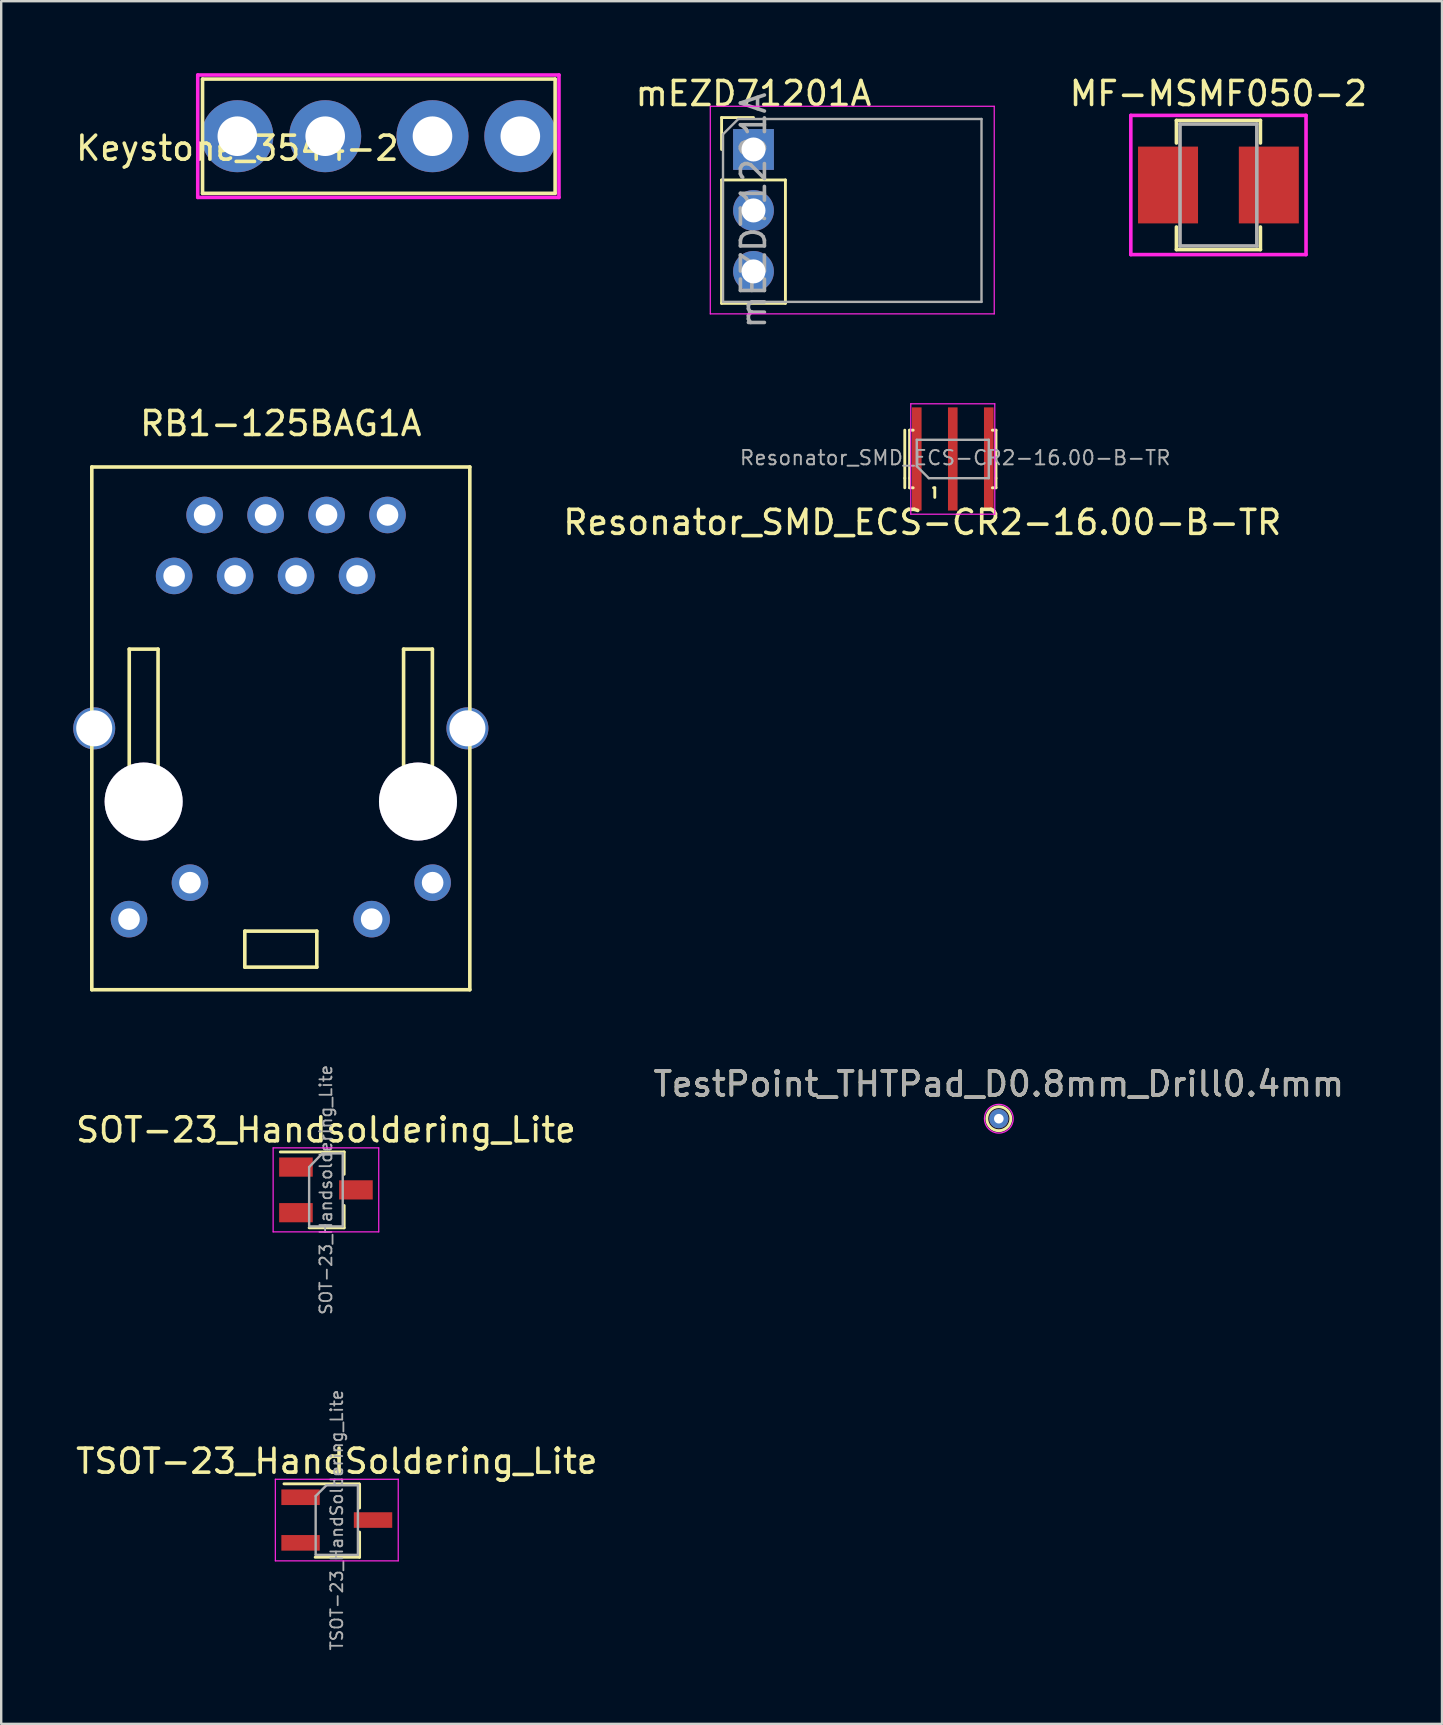
<source format=kicad_pcb>
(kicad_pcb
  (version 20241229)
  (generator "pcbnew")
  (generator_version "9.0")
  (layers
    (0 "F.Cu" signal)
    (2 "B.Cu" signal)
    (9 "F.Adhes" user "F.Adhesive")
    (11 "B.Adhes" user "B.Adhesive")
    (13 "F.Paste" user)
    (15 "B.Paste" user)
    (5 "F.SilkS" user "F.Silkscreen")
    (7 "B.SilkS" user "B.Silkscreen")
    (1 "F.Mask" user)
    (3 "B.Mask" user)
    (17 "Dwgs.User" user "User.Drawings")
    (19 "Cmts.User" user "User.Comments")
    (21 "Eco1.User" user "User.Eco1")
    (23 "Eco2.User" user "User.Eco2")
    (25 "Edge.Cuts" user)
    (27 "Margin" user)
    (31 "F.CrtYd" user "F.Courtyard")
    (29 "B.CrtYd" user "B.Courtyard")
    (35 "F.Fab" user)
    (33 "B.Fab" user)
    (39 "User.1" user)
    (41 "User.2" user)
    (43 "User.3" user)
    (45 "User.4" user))
  (footprint "TestPoint_THTPad_D0.8mm_Drill0.4mm"
    (layer "F.Cu")
    (at 38.565 43.56)
    (property "Reference" "TestPoint_THTPad_D0.8mm_Drill0.4mm" (at 0 -1.448 0) (layer "F.SilkS") (effects (font (size 1 1) (thickness 0.15))))
    (attr exclude_from_pos_files exclude_from_bom)
    (fp_circle (center 0 0) (end 0.5 0) (stroke (width 0.12) (type solid)) (fill no) (layer "F.SilkS"))
    (fp_circle (center 0 0) (end 0.6 0) (stroke (width 0.05) (type solid)) (fill no) (layer "F.CrtYd"))
    (fp_text user "${REFERENCE}" (at 0 -1.45 0) (layer "F.Fab") (effects (font (size 1 1) (thickness 0.15))))
    (pad "1" thru_hole circle (at 0 0) (size 0.8 0.8) (drill 0.4) (layers "*.Cu" "*.Mask")))
  (footprint "mEZD71201A"
    (layer "F.Cu")
    (at 28.344 3.178)
    (property "Reference" "mEZD71201A" (at 0 -2.33 0) (layer "F.SilkS") (effects (font (size 1 1) (thickness 0.15))))
    (attr through_hole)
    (fp_line (start -1.33 -1.33) (end 0 -1.33) (stroke (width 0.12) (type solid)) (layer "F.SilkS"))
    (fp_line (start -1.33 0) (end -1.33 -1.33) (stroke (width 0.12) (type solid)) (layer "F.SilkS"))
    (fp_line (start -1.33 1.27) (end -1.33 6.41) (stroke (width 0.12) (type solid)) (layer "F.SilkS"))
    (fp_line (start -1.33 1.27) (end 1.33 1.27) (stroke (width 0.12) (type solid)) (layer "F.SilkS"))
    (fp_line (start -1.33 6.41) (end 1.33 6.41) (stroke (width 0.12) (type solid)) (layer "F.SilkS"))
    (fp_line (start 1.33 1.27) (end 1.33 6.41) (stroke (width 0.12) (type solid)) (layer "F.SilkS"))
    (fp_line (start -1.8 -1.8) (end -1.8 6.85) (stroke (width 0.05) (type solid)) (layer "F.CrtYd"))
    (fp_line (start -1.8 6.85) (end 10.03 6.85) (stroke (width 0.05) (type solid)) (layer "F.CrtYd"))
    (fp_line (start 10.03 -1.8) (end -1.8 -1.8) (stroke (width 0.05) (type solid)) (layer "F.CrtYd"))
    (fp_line (start 10.03 6.85) (end 10.03 -1.8) (stroke (width 0.05) (type solid)) (layer "F.CrtYd"))
    (fp_line (start -1.27 -0.635) (end -0.635 -1.27) (stroke (width 0.1) (type solid)) (layer "F.Fab"))
    (fp_line (start -1.27 6.35) (end -1.27 -0.635) (stroke (width 0.1) (type solid)) (layer "F.Fab"))
    (fp_line (start -0.635 -1.27) (end 9.5 -1.27) (stroke (width 0.1) (type solid)) (layer "F.Fab"))
    (fp_line (start 9.5 -1.27) (end 9.5 6.35) (stroke (width 0.1) (type solid)) (layer "F.Fab"))
    (fp_line (start 9.5 6.35) (end -1.27 6.35) (stroke (width 0.1) (type solid)) (layer "F.Fab"))
    (fp_text user "${REFERENCE}" (at 0 2.54 90) (layer "F.Fab") (effects (font (size 1 1) (thickness 0.15))))
    (pad "1" thru_hole rect (at 0 0) (size 1.7 1.7) (drill 1) (layers "*.Cu" "*.Mask"))
    (pad "2" thru_hole oval (at 0 2.54) (size 1.7 1.7) (drill 1) (layers "*.Cu" "*.Mask"))
    (pad "3" thru_hole oval (at 0 5.08) (size 1.7 1.7) (drill 1) (layers "*.Cu" "*.Mask")))
  (footprint "RB1-125BAG1A"
    (layer "F.Cu")
    (at 8.65 27.296)
    (property "Reference" "RB1-125BAG1A" (at 0 -12.7 0) (layer "F.SilkS") (effects (font (size 1 1) (thickness 0.15))))
    (attr through_hole)
    (fp_line (start -7.875 -10.89) (end -7.875 10.89) (stroke (width 0.15) (type solid)) (layer "F.SilkS"))
    (fp_line (start -7.875 -10.89) (end 7.875 -10.89) (stroke (width 0.15) (type solid)) (layer "F.SilkS"))
    (fp_line (start -6.315 -3.3) (end -6.315 3.05) (stroke (width 0.15) (type solid)) (layer "F.SilkS"))
    (fp_line (start -5.115 -3.3) (end -6.315 -3.3) (stroke (width 0.15) (type solid)) (layer "F.SilkS"))
    (fp_line (start -5.115 -3.3) (end -5.115 3.05) (stroke (width 0.15) (type solid)) (layer "F.SilkS"))
    (fp_line (start -1.5 8.45) (end -1.5 9.95) (stroke (width 0.15) (type solid)) (layer "F.SilkS"))
    (fp_line (start -1.5 8.45) (end 1.5 8.45) (stroke (width 0.15) (type solid)) (layer "F.SilkS"))
    (fp_line (start 1.5 8.45) (end 1.5 9.95) (stroke (width 0.15) (type solid)) (layer "F.SilkS"))
    (fp_line (start 1.5 9.95) (end -1.5 9.95) (stroke (width 0.15) (type solid)) (layer "F.SilkS"))
    (fp_line (start 5.115 -3.3) (end 5.115 3.05) (stroke (width 0.15) (type solid)) (layer "F.SilkS"))
    (fp_line (start 6.315 -3.3) (end 5.115 -3.3) (stroke (width 0.15) (type solid)) (layer "F.SilkS"))
    (fp_line (start 6.315 -3.3) (end 6.315 3.05) (stroke (width 0.15) (type solid)) (layer "F.SilkS"))
    (fp_line (start 7.875 10.89) (end -7.875 10.89) (stroke (width 0.15) (type solid)) (layer "F.SilkS"))
    (fp_line (start 7.875 10.89) (end 7.875 -10.89) (stroke (width 0.15) (type solid)) (layer "F.SilkS"))
    (pad "1" thru_hole circle (at -4.445 -6.35) (size 1.524 1.524) (drill 0.9) (layers "*.Cu" "*.Mask"))
    (pad "2" thru_hole circle (at -3.175 -8.89) (size 1.524 1.524) (drill 0.9) (layers "*.Cu" "*.Mask"))
    (pad "3" thru_hole circle (at -1.905 -6.35) (size 1.524 1.524) (drill 0.9) (layers "*.Cu" "*.Mask"))
    (pad "4" thru_hole circle (at -0.635 -8.89) (size 1.524 1.524) (drill 0.9) (layers "*.Cu" "*.Mask"))
    (pad "5" thru_hole circle (at 0.635 -6.35) (size 1.524 1.524) (drill 0.9) (layers "*.Cu" "*.Mask"))
    (pad "6" thru_hole circle (at 1.905 -8.89) (size 1.524 1.524) (drill 0.9) (layers "*.Cu" "*.Mask"))
    (pad "7" thru_hole circle (at 3.175 -6.35) (size 1.524 1.524) (drill 0.9) (layers "*.Cu" "*.Mask"))
    (pad "8" thru_hole circle (at 4.445 -8.89) (size 1.524 1.524) (drill 0.9) (layers "*.Cu" "*.Mask"))
    (pad "9" thru_hole circle (at -6.325 7.95) (size 1.524 1.524) (drill 0.9) (layers "*.Cu" "*.Mask"))
    (pad "10" thru_hole circle (at -3.785 6.43) (size 1.524 1.524) (drill 0.9) (layers "*.Cu" "*.Mask"))
    (pad "11" thru_hole circle (at 6.325 6.43) (size 1.524 1.524) (drill 0.9) (layers "*.Cu" "*.Mask"))
    (pad "12" thru_hole circle (at 3.785 7.95) (size 1.524 1.524) (drill 0.9) (layers "*.Cu" "*.Mask"))
    (pad "13" thru_hole circle (at -7.775 0) (size 1.75 1.75) (drill 1.5) (layers "*.Cu" "*.Mask"))
    (pad "13" thru_hole circle (at -5.715 3.05) (size 3.25 3.25) (drill 3.25) (layers "*.Cu" "*.Mask"))
    (pad "13" thru_hole circle (at 5.715 3.05) (size 3.25 3.25) (drill 3.25) (layers "*.Cu" "*.Mask"))
    (pad "13" thru_hole circle (at 7.775 0) (size 1.75 1.75) (drill 1.5) (layers "*.Cu" "*.Mask")))
  (footprint "Keystone_3544-2"
    (layer "F.Cu")
    (at 6.839 2.625)
    (property "Reference" "Keystone_3544-2" (at 0 0.5 0) (layer "F.SilkS") (effects (font (size 1 1) (thickness 0.15))))
    (attr through_hole)
    (fp_line (start -1.45 -2.38) (end 13.24 -2.38) (stroke (width 0.15) (type solid)) (layer "F.SilkS"))
    (fp_line (start -1.45 2.38) (end -1.45 -2.38) (stroke (width 0.15) (type solid)) (layer "F.SilkS"))
    (fp_line (start -1.45 2.38) (end 13.24 2.38) (stroke (width 0.15) (type solid)) (layer "F.SilkS"))
    (fp_line (start 13.24 -2.38) (end 13.24 2.38) (stroke (width 0.15) (type solid)) (layer "F.SilkS"))
    (fp_line (start -1.65 -2.55) (end 13.4 -2.55) (stroke (width 0.15) (type solid)) (layer "F.CrtYd"))
    (fp_line (start -1.65 2.55) (end -1.65 -2.55) (stroke (width 0.15) (type solid)) (layer "F.CrtYd"))
    (fp_line (start 13.4 -2.55) (end 13.4 2.55) (stroke (width 0.15) (type solid)) (layer "F.CrtYd"))
    (fp_line (start 13.4 2.55) (end -1.65 2.55) (stroke (width 0.15) (type solid)) (layer "F.CrtYd"))
    (pad "1" thru_hole circle (at 0 0) (size 3 3) (drill 1.65) (layers "*.Cu" "*.Mask"))
    (pad "1" thru_hole circle (at 3.66 0) (size 3 3) (drill 1.65) (layers "*.Cu" "*.Mask"))
    (pad "2" thru_hole circle (at 8.13 0) (size 3 3) (drill 1.65) (layers "*.Cu" "*.Mask"))
    (pad "2" thru_hole circle (at 11.79 0) (size 3 3) (drill 1.65) (layers "*.Cu" "*.Mask")))
  (footprint "TSOT-23_HandSoldering_Lite"
    (layer "F.Cu")
    (at 10.982 60.282)
    (property "Reference" "TSOT-23_HandSoldering_Lite" (at 0 -2.45 0) (layer "F.SilkS") (effects (font (size 1 1) (thickness 0.15))))
    (attr smd)
    (fp_line (start 0.93 -1.51) (end -2.2 -1.51) (stroke (width 0.12) (type solid)) (layer "F.SilkS"))
    (fp_line (start 0.95 -1.5) (end 0.95 -0.5) (stroke (width 0.12) (type solid)) (layer "F.SilkS"))
    (fp_line (start 0.95 0.5) (end 0.95 1.55) (stroke (width 0.12) (type solid)) (layer "F.SilkS"))
    (fp_line (start 0.95 1.55) (end -0.9 1.55) (stroke (width 0.12) (type solid)) (layer "F.SilkS"))
    (fp_line (start -2.56 -1.7) (end -2.56 1.7) (stroke (width 0.05) (type solid)) (layer "F.CrtYd"))
    (fp_line (start -2.56 -1.7) (end 2.56 -1.7) (stroke (width 0.05) (type solid)) (layer "F.CrtYd"))
    (fp_line (start 2.56 1.7) (end -2.56 1.7) (stroke (width 0.05) (type solid)) (layer "F.CrtYd"))
    (fp_line (start 2.56 1.7) (end 2.56 -1.7) (stroke (width 0.05) (type solid)) (layer "F.CrtYd"))
    (fp_line (start -0.88 -1) (end -0.88 1.45) (stroke (width 0.1) (type solid)) (layer "F.Fab"))
    (fp_line (start -0.88 -1) (end -0.43 -1.45) (stroke (width 0.1) (type solid)) (layer "F.Fab"))
    (fp_line (start 0.88 -1.45) (end -0.43 -1.45) (stroke (width 0.1) (type solid)) (layer "F.Fab"))
    (fp_line (start 0.88 -1.45) (end 0.88 1.45) (stroke (width 0.1) (type solid)) (layer "F.Fab"))
    (fp_line (start 0.88 1.45) (end -0.88 1.45) (stroke (width 0.1) (type solid)) (layer "F.Fab"))
    (fp_text user "${REFERENCE}" (at 0 0 90) (layer "F.Fab") (effects (font (size 0.5 0.5) (thickness 0.075))))
    (pad "1" smd rect (at -1.51 -0.95) (size 1.6 0.65) (layers "F.Cu" "F.Mask" "F.Paste"))
    (pad "2" smd rect (at -1.51 0.95) (size 1.6 0.65) (layers "F.Cu" "F.Mask" "F.Paste"))
    (pad "3" smd rect (at 1.51 0) (size 1.6 0.65) (layers "F.Cu" "F.Mask" "F.Paste")))
  (footprint "SOT-23_Handsoldering_Lite"
    (layer "F.Cu")
    (at 10.53 46.526)
    (property "Reference" "SOT-23_Handsoldering_Lite" (at 0 -2.5 0) (layer "F.SilkS") (effects (font (size 1 1) (thickness 0.15))))
    (attr smd)
    (fp_line (start 0.76 -1.58) (end -1.9 -1.58) (stroke (width 0.12) (type solid)) (layer "F.SilkS"))
    (fp_line (start 0.76 -1.58) (end 0.76 -0.65) (stroke (width 0.12) (type solid)) (layer "F.SilkS"))
    (fp_line (start 0.76 1.58) (end -0.7 1.58) (stroke (width 0.12) (type solid)) (layer "F.SilkS"))
    (fp_line (start 0.76 1.58) (end 0.76 0.65) (stroke (width 0.12) (type solid)) (layer "F.SilkS"))
    (fp_line (start -2.2 -1.75) (end 2.2 -1.75) (stroke (width 0.05) (type solid)) (layer "F.CrtYd"))
    (fp_line (start -2.2 1.75) (end -2.2 -1.75) (stroke (width 0.05) (type solid)) (layer "F.CrtYd"))
    (fp_line (start 2.2 -1.75) (end 2.2 1.75) (stroke (width 0.05) (type solid)) (layer "F.CrtYd"))
    (fp_line (start 2.2 1.75) (end -2.2 1.75) (stroke (width 0.05) (type solid)) (layer "F.CrtYd"))
    (fp_line (start -0.7 -0.95) (end -0.7 1.5) (stroke (width 0.1) (type solid)) (layer "F.Fab"))
    (fp_line (start -0.7 -0.95) (end -0.15 -1.52) (stroke (width 0.1) (type solid)) (layer "F.Fab"))
    (fp_line (start -0.7 1.52) (end 0.7 1.52) (stroke (width 0.1) (type solid)) (layer "F.Fab"))
    (fp_line (start -0.15 -1.52) (end 0.7 -1.52) (stroke (width 0.1) (type solid)) (layer "F.Fab"))
    (fp_line (start 0.7 -1.52) (end 0.7 1.52) (stroke (width 0.1) (type solid)) (layer "F.Fab"))
    (fp_text user "${REFERENCE}" (at 0 0 90) (layer "F.Fab") (effects (font (size 0.5 0.5) (thickness 0.075))))
    (pad "1" smd rect (at -1.25 -0.95) (size 1.4 0.8) (layers "F.Cu" "F.Mask" "F.Paste"))
    (pad "2" smd rect (at -1.25 0.95) (size 1.4 0.8) (layers "F.Cu" "F.Mask" "F.Paste"))
    (pad "3" smd rect (at 1.25 0) (size 1.4 0.8) (layers "F.Cu" "F.Mask" "F.Paste")))
  (footprint "Resonator_SMD_ECS-CR2-16.00-B-TR"
    (layer "F.Cu")
    (at 36.647 16.073)
    (property "Reference" "Resonator_SMD_ECS-CR2-16.00-B-TR" (at -1.27 2.642 180) (layer "F.SilkS") (effects (font (size 1 1) (thickness 0.15))))
    (attr smd)
    (fp_line (start -2 -1.2) (end -2 0.8) (stroke (width 0.12) (type solid)) (layer "F.SilkS"))
    (fp_line (start -2 0.8) (end -2 1.2) (stroke (width 0.12) (type solid)) (layer "F.SilkS"))
    (fp_line (start -1.8 -1.2) (end -1.65 -1.2) (stroke (width 0.12) (type solid)) (layer "F.SilkS"))
    (fp_line (start -1.8 0.8) (end -1.8 -1.2) (stroke (width 0.12) (type solid)) (layer "F.SilkS"))
    (fp_line (start -1.8 0.8) (end -1.8 1.2) (stroke (width 0.12) (type solid)) (layer "F.SilkS"))
    (fp_line (start -1.8 1.2) (end -1.65 1.2) (stroke (width 0.12) (type solid)) (layer "F.SilkS"))
    (fp_line (start -0.75 1.2) (end -0.8 1.2) (stroke (width 0.12) (type solid)) (layer "F.SilkS"))
    (fp_line (start -0.75 1.2) (end -0.75 1.6) (stroke (width 0.12) (type solid)) (layer "F.SilkS"))
    (fp_line (start 1.8 -1.2) (end 1.65 -1.2) (stroke (width 0.12) (type solid)) (layer "F.SilkS"))
    (fp_line (start 1.8 -1.2) (end 1.8 0.8) (stroke (width 0.12) (type solid)) (layer "F.SilkS"))
    (fp_line (start 1.8 0.8) (end 1.8 1.2) (stroke (width 0.12) (type solid)) (layer "F.SilkS"))
    (fp_line (start 1.8 1.2) (end 1.65 1.2) (stroke (width 0.12) (type solid)) (layer "F.SilkS"))
    (fp_line (start -1.75 -2.3) (end 1.75 -2.3) (stroke (width 0.05) (type solid)) (layer "F.CrtYd"))
    (fp_line (start -1.75 2.3) (end -1.75 -2.3) (stroke (width 0.05) (type solid)) (layer "F.CrtYd"))
    (fp_line (start 1.75 -2.3) (end 1.75 2.3) (stroke (width 0.05) (type solid)) (layer "F.CrtYd"))
    (fp_line (start 1.75 2.3) (end -1.75 2.3) (stroke (width 0.05) (type solid)) (layer "F.CrtYd"))
    (fp_line (start -1.5 0.3) (end -1.5 -0.8) (stroke (width 0.1) (type solid)) (layer "F.Fab"))
    (fp_line (start -1 0.8) (end -1.5 0.3) (stroke (width 0.1) (type solid)) (layer "F.Fab"))
    (fp_line (start -1 0.8) (end 1.5 0.8) (stroke (width 0.1) (type solid)) (layer "F.Fab"))
    (fp_line (start 1.5 -0.8) (end -1.5 -0.8) (stroke (width 0.1) (type solid)) (layer "F.Fab"))
    (fp_line (start 1.5 0.8) (end 1.5 -0.8) (stroke (width 0.1) (type solid)) (layer "F.Fab"))
    (fp_text user "${REFERENCE}" (at 0.1 -0.05 180) (layer "F.Fab") (effects (font (size 0.6 0.6) (thickness 0.08))))
    (pad "1" smd rect (at -1.5 0) (size 0.4 4.3) (layers "F.Cu" "F.Mask" "F.Paste"))
    (pad "2" smd rect (at 0 0) (size 0.4 4.3) (layers "F.Cu" "F.Mask" "F.Paste"))
    (pad "3" smd rect (at 1.5 0) (size 0.4 4.3) (layers "F.Cu" "F.Mask" "F.Paste")))
  (footprint "MF-MSMF050-2"
    (layer "F.Cu")
    (at 47.715 4.658)
    (property "Reference" "MF-MSMF050-2" (at 0 -3.81 0) (layer "F.SilkS") (effects (font (size 1 1) (thickness 0.15))))
    (attr through_hole)
    (fp_line (start -1.75 -2.69) (end -1.75 -1.75) (stroke (width 0.15) (type solid)) (layer "F.SilkS"))
    (fp_line (start -1.75 2.69) (end -1.75 1.75) (stroke (width 0.15) (type solid)) (layer "F.SilkS"))
    (fp_line (start 1.75 -2.69) (end -1.75 -2.69) (stroke (width 0.15) (type solid)) (layer "F.SilkS"))
    (fp_line (start 1.75 -1.75) (end 1.75 -2.69) (stroke (width 0.15) (type solid)) (layer "F.SilkS"))
    (fp_line (start 1.75 2.69) (end -1.75 2.69) (stroke (width 0.15) (type solid)) (layer "F.SilkS"))
    (fp_line (start 1.75 2.69) (end 1.75 1.75) (stroke (width 0.15) (type solid)) (layer "F.SilkS"))
    (fp_line (start -3.65 -2.9) (end 3.65 -2.9) (stroke (width 0.15) (type solid)) (layer "F.CrtYd"))
    (fp_line (start -3.65 2.9) (end -3.65 -2.9) (stroke (width 0.15) (type solid)) (layer "F.CrtYd"))
    (fp_line (start 3.65 -2.9) (end 3.65 2.9) (stroke (width 0.15) (type solid)) (layer "F.CrtYd"))
    (fp_line (start 3.65 2.9) (end -3.65 2.9) (stroke (width 0.15) (type solid)) (layer "F.CrtYd"))
    (fp_line (start -1.6 -2.54) (end -1.6 2.54) (stroke (width 0.15) (type solid)) (layer "F.Fab"))
    (fp_line (start -1.6 2.54) (end 1.6 2.54) (stroke (width 0.15) (type solid)) (layer "F.Fab"))
    (fp_line (start 1.6 -2.54) (end -1.6 -2.54) (stroke (width 0.15) (type solid)) (layer "F.Fab"))
    (fp_line (start 1.6 2.54) (end 1.6 -2.54) (stroke (width 0.15) (type solid)) (layer "F.Fab"))
    (pad "1" smd rect (at -2.1 0) (size 2.5 3.2) (layers "F.Cu" "F.Mask" "F.Paste"))
    (pad "2" smd rect (at 2.1 0) (size 2.5 3.2) (layers "F.Cu" "F.Mask" "F.Paste")))
  (gr_rect
    (start -3 -3)
    (end 57.03 68.773)
    (stroke (width 0.1) (type default))
    (fill no)
    (layer "Edge.Cuts")))
</source>
